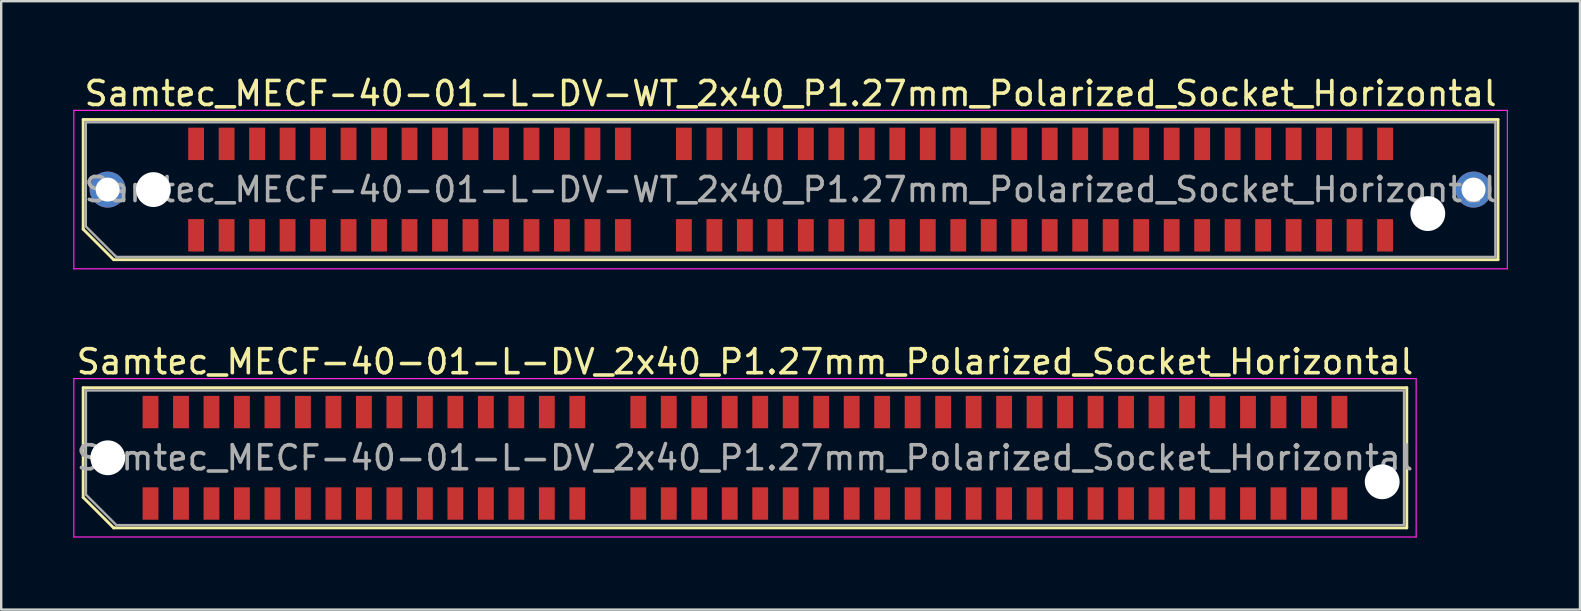
<source format=kicad_pcb>
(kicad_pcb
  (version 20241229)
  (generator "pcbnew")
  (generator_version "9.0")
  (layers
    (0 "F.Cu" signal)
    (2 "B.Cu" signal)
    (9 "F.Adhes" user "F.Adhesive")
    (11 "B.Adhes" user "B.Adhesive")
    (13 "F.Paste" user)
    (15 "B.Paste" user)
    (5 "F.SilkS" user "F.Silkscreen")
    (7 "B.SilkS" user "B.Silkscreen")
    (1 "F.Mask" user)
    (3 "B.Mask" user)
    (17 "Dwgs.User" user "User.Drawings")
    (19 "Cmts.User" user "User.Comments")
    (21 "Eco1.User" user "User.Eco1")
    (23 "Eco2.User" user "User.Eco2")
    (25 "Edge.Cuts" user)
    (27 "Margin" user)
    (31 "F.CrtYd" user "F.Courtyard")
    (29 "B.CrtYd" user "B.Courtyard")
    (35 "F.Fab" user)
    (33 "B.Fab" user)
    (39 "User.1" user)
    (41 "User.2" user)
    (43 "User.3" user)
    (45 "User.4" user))
  (footprint "Samtec_MECF-40-01-L-DV-WT_2x40_P1.27mm_Polarized_Socket_Horizontal"
    (layer "F.Cu")
    (at 29.885 4.848)
    (property "Reference" "Samtec_MECF-40-01-L-DV-WT_2x40_P1.27mm_Polarized_Socket_Horizontal" (at 0 -4 0) (layer "F.SilkS") (effects (font (size 1 1) (thickness 0.15))))
    (attr smd)
    (fp_line (start -29.47 -2.92) (end 29.47 -2.92) (stroke (width 0.12) (type solid)) (layer "F.SilkS"))
    (fp_line (start -29.47 1.65) (end -29.47 -2.92) (stroke (width 0.12) (type solid)) (layer "F.SilkS"))
    (fp_line (start -28.2 2.92) (end -29.47 1.65) (stroke (width 0.12) (type solid)) (layer "F.SilkS"))
    (fp_line (start -28.2 2.92) (end 29.47 2.92) (stroke (width 0.12) (type solid)) (layer "F.SilkS"))
    (fp_line (start 29.47 2.92) (end 29.47 -2.92) (stroke (width 0.12) (type solid)) (layer "F.SilkS"))
    (fp_line (start -29.86 -3.3) (end -29.86 3.3) (stroke (width 0.05) (type solid)) (layer "F.CrtYd"))
    (fp_line (start -29.86 3.3) (end 29.86 3.3) (stroke (width 0.05) (type solid)) (layer "F.CrtYd"))
    (fp_line (start 29.86 -3.3) (end -29.86 -3.3) (stroke (width 0.05) (type solid)) (layer "F.CrtYd"))
    (fp_line (start 29.86 3.3) (end 29.86 -3.3) (stroke (width 0.05) (type solid)) (layer "F.CrtYd"))
    (fp_line (start -29.36 -2.805) (end 29.36 -2.805) (stroke (width 0.1) (type solid)) (layer "F.Fab"))
    (fp_line (start -29.36 1.535) (end -29.36 -2.805) (stroke (width 0.1) (type solid)) (layer "F.Fab"))
    (fp_line (start -29.36 1.535) (end -28.09 2.805) (stroke (width 0.1) (type solid)) (layer "F.Fab"))
    (fp_line (start -28.09 2.805) (end 29.36 2.805) (stroke (width 0.1) (type solid)) (layer "F.Fab"))
    (fp_line (start 29.36 2.805) (end 29.36 -2.805) (stroke (width 0.1) (type solid)) (layer "F.Fab"))
    (fp_text user "${REFERENCE}" (at 0 0 0) (layer "F.Fab") (effects (font (size 1 1) (thickness 0.15))))
    (pad "" thru_hole circle (at -28.45 0) (size 1.5 1.5) (drill 1) (layers "*.Cu" "*.Mask"))
    (pad "" np_thru_hole circle (at -26.545 0) (size 1.45 1.45) (drill 1.45) (layers "*.Cu" "*.Mask"))
    (pad "" np_thru_hole circle (at 26.545 1) (size 1.45 1.45) (drill 1.45) (layers "*.Cu" "*.Mask"))
    (pad "" thru_hole circle (at 28.45 0) (size 1.5 1.5) (drill 1) (layers "*.Cu" "*.Mask"))
    (pad "1" smd rect (at -24.765 1.905) (size 0.66 1.35) (layers "F.Cu" "F.Mask" "F.Paste"))
    (pad "2" smd rect (at -24.765 -1.905) (size 0.66 1.35) (layers "F.Cu" "F.Mask" "F.Paste"))
    (pad "3" smd rect (at -23.495 1.905) (size 0.66 1.35) (layers "F.Cu" "F.Mask" "F.Paste"))
    (pad "4" smd rect (at -23.495 -1.905) (size 0.66 1.35) (layers "F.Cu" "F.Mask" "F.Paste"))
    (pad "5" smd rect (at -22.225 1.905) (size 0.66 1.35) (layers "F.Cu" "F.Mask" "F.Paste"))
    (pad "6" smd rect (at -22.225 -1.905) (size 0.66 1.35) (layers "F.Cu" "F.Mask" "F.Paste"))
    (pad "7" smd rect (at -20.955 1.905) (size 0.66 1.35) (layers "F.Cu" "F.Mask" "F.Paste"))
    (pad "8" smd rect (at -20.955 -1.905) (size 0.66 1.35) (layers "F.Cu" "F.Mask" "F.Paste"))
    (pad "9" smd rect (at -19.685 1.905) (size 0.66 1.35) (layers "F.Cu" "F.Mask" "F.Paste"))
    (pad "10" smd rect (at -19.685 -1.905) (size 0.66 1.35) (layers "F.Cu" "F.Mask" "F.Paste"))
    (pad "11" smd rect (at -18.415 1.905) (size 0.66 1.35) (layers "F.Cu" "F.Mask" "F.Paste"))
    (pad "12" smd rect (at -18.415 -1.905) (size 0.66 1.35) (layers "F.Cu" "F.Mask" "F.Paste"))
    (pad "13" smd rect (at -17.145 1.905) (size 0.66 1.35) (layers "F.Cu" "F.Mask" "F.Paste"))
    (pad "14" smd rect (at -17.145 -1.905) (size 0.66 1.35) (layers "F.Cu" "F.Mask" "F.Paste"))
    (pad "15" smd rect (at -15.875 1.905) (size 0.66 1.35) (layers "F.Cu" "F.Mask" "F.Paste"))
    (pad "16" smd rect (at -15.875 -1.905) (size 0.66 1.35) (layers "F.Cu" "F.Mask" "F.Paste"))
    (pad "17" smd rect (at -14.605 1.905) (size 0.66 1.35) (layers "F.Cu" "F.Mask" "F.Paste"))
    (pad "18" smd rect (at -14.605 -1.905) (size 0.66 1.35) (layers "F.Cu" "F.Mask" "F.Paste"))
    (pad "19" smd rect (at -13.335 1.905) (size 0.66 1.35) (layers "F.Cu" "F.Mask" "F.Paste"))
    (pad "20" smd rect (at -13.335 -1.905) (size 0.66 1.35) (layers "F.Cu" "F.Mask" "F.Paste"))
    (pad "21" smd rect (at -12.065 1.905) (size 0.66 1.35) (layers "F.Cu" "F.Mask" "F.Paste"))
    (pad "22" smd rect (at -12.065 -1.905) (size 0.66 1.35) (layers "F.Cu" "F.Mask" "F.Paste"))
    (pad "23" smd rect (at -10.795 1.905) (size 0.66 1.35) (layers "F.Cu" "F.Mask" "F.Paste"))
    (pad "24" smd rect (at -10.795 -1.905) (size 0.66 1.35) (layers "F.Cu" "F.Mask" "F.Paste"))
    (pad "25" smd rect (at -9.525 1.905) (size 0.66 1.35) (layers "F.Cu" "F.Mask" "F.Paste"))
    (pad "26" smd rect (at -9.525 -1.905) (size 0.66 1.35) (layers "F.Cu" "F.Mask" "F.Paste"))
    (pad "27" smd rect (at -8.255 1.905) (size 0.66 1.35) (layers "F.Cu" "F.Mask" "F.Paste"))
    (pad "28" smd rect (at -8.255 -1.905) (size 0.66 1.35) (layers "F.Cu" "F.Mask" "F.Paste"))
    (pad "29" smd rect (at -6.985 1.905) (size 0.66 1.35) (layers "F.Cu" "F.Mask" "F.Paste"))
    (pad "30" smd rect (at -6.985 -1.905) (size 0.66 1.35) (layers "F.Cu" "F.Mask" "F.Paste"))
    (pad "33" smd rect (at -4.445 1.905) (size 0.66 1.35) (layers "F.Cu" "F.Mask" "F.Paste"))
    (pad "34" smd rect (at -4.445 -1.905) (size 0.66 1.35) (layers "F.Cu" "F.Mask" "F.Paste"))
    (pad "35" smd rect (at -3.175 1.905) (size 0.66 1.35) (layers "F.Cu" "F.Mask" "F.Paste"))
    (pad "36" smd rect (at -3.175 -1.905) (size 0.66 1.35) (layers "F.Cu" "F.Mask" "F.Paste"))
    (pad "37" smd rect (at -1.905 1.905) (size 0.66 1.35) (layers "F.Cu" "F.Mask" "F.Paste"))
    (pad "38" smd rect (at -1.905 -1.905) (size 0.66 1.35) (layers "F.Cu" "F.Mask" "F.Paste"))
    (pad "39" smd rect (at -0.635 1.905) (size 0.66 1.35) (layers "F.Cu" "F.Mask" "F.Paste"))
    (pad "40" smd rect (at -0.635 -1.905) (size 0.66 1.35) (layers "F.Cu" "F.Mask" "F.Paste"))
    (pad "41" smd rect (at 0.635 1.905) (size 0.66 1.35) (layers "F.Cu" "F.Mask" "F.Paste"))
    (pad "42" smd rect (at 0.635 -1.905) (size 0.66 1.35) (layers "F.Cu" "F.Mask" "F.Paste"))
    (pad "43" smd rect (at 1.905 1.905) (size 0.66 1.35) (layers "F.Cu" "F.Mask" "F.Paste"))
    (pad "44" smd rect (at 1.905 -1.905) (size 0.66 1.35) (layers "F.Cu" "F.Mask" "F.Paste"))
    (pad "45" smd rect (at 3.175 1.905) (size 0.66 1.35) (layers "F.Cu" "F.Mask" "F.Paste"))
    (pad "46" smd rect (at 3.175 -1.905) (size 0.66 1.35) (layers "F.Cu" "F.Mask" "F.Paste"))
    (pad "47" smd rect (at 4.445 1.905) (size 0.66 1.35) (layers "F.Cu" "F.Mask" "F.Paste"))
    (pad "48" smd rect (at 4.445 -1.905) (size 0.66 1.35) (layers "F.Cu" "F.Mask" "F.Paste"))
    (pad "49" smd rect (at 5.715 1.905) (size 0.66 1.35) (layers "F.Cu" "F.Mask" "F.Paste"))
    (pad "50" smd rect (at 5.715 -1.905) (size 0.66 1.35) (layers "F.Cu" "F.Mask" "F.Paste"))
    (pad "51" smd rect (at 6.985 1.905) (size 0.66 1.35) (layers "F.Cu" "F.Mask" "F.Paste"))
    (pad "52" smd rect (at 6.985 -1.905) (size 0.66 1.35) (layers "F.Cu" "F.Mask" "F.Paste"))
    (pad "53" smd rect (at 8.255 1.905) (size 0.66 1.35) (layers "F.Cu" "F.Mask" "F.Paste"))
    (pad "54" smd rect (at 8.255 -1.905) (size 0.66 1.35) (layers "F.Cu" "F.Mask" "F.Paste"))
    (pad "55" smd rect (at 9.525 1.905) (size 0.66 1.35) (layers "F.Cu" "F.Mask" "F.Paste"))
    (pad "56" smd rect (at 9.525 -1.905) (size 0.66 1.35) (layers "F.Cu" "F.Mask" "F.Paste"))
    (pad "57" smd rect (at 10.795 1.905) (size 0.66 1.35) (layers "F.Cu" "F.Mask" "F.Paste"))
    (pad "58" smd rect (at 10.795 -1.905) (size 0.66 1.35) (layers "F.Cu" "F.Mask" "F.Paste"))
    (pad "59" smd rect (at 12.065 1.905) (size 0.66 1.35) (layers "F.Cu" "F.Mask" "F.Paste"))
    (pad "60" smd rect (at 12.065 -1.905) (size 0.66 1.35) (layers "F.Cu" "F.Mask" "F.Paste"))
    (pad "61" smd rect (at 13.335 1.905) (size 0.66 1.35) (layers "F.Cu" "F.Mask" "F.Paste"))
    (pad "62" smd rect (at 13.335 -1.905) (size 0.66 1.35) (layers "F.Cu" "F.Mask" "F.Paste"))
    (pad "63" smd rect (at 14.605 1.905) (size 0.66 1.35) (layers "F.Cu" "F.Mask" "F.Paste"))
    (pad "64" smd rect (at 14.605 -1.905) (size 0.66 1.35) (layers "F.Cu" "F.Mask" "F.Paste"))
    (pad "65" smd rect (at 15.875 1.905) (size 0.66 1.35) (layers "F.Cu" "F.Mask" "F.Paste"))
    (pad "66" smd rect (at 15.875 -1.905) (size 0.66 1.35) (layers "F.Cu" "F.Mask" "F.Paste"))
    (pad "67" smd rect (at 17.145 1.905) (size 0.66 1.35) (layers "F.Cu" "F.Mask" "F.Paste"))
    (pad "68" smd rect (at 17.145 -1.905) (size 0.66 1.35) (layers "F.Cu" "F.Mask" "F.Paste"))
    (pad "69" smd rect (at 18.415 1.905) (size 0.66 1.35) (layers "F.Cu" "F.Mask" "F.Paste"))
    (pad "70" smd rect (at 18.415 -1.905) (size 0.66 1.35) (layers "F.Cu" "F.Mask" "F.Paste"))
    (pad "71" smd rect (at 19.685 1.905) (size 0.66 1.35) (layers "F.Cu" "F.Mask" "F.Paste"))
    (pad "72" smd rect (at 19.685 -1.905) (size 0.66 1.35) (layers "F.Cu" "F.Mask" "F.Paste"))
    (pad "73" smd rect (at 20.955 1.905) (size 0.66 1.35) (layers "F.Cu" "F.Mask" "F.Paste"))
    (pad "74" smd rect (at 20.955 -1.905) (size 0.66 1.35) (layers "F.Cu" "F.Mask" "F.Paste"))
    (pad "75" smd rect (at 22.225 1.905) (size 0.66 1.35) (layers "F.Cu" "F.Mask" "F.Paste"))
    (pad "76" smd rect (at 22.225 -1.905) (size 0.66 1.35) (layers "F.Cu" "F.Mask" "F.Paste"))
    (pad "77" smd rect (at 23.495 1.905) (size 0.66 1.35) (layers "F.Cu" "F.Mask" "F.Paste"))
    (pad "78" smd rect (at 23.495 -1.905) (size 0.66 1.35) (layers "F.Cu" "F.Mask" "F.Paste"))
    (pad "79" smd rect (at 24.765 1.905) (size 0.66 1.35) (layers "F.Cu" "F.Mask" "F.Paste"))
    (pad "80" smd rect (at 24.765 -1.905) (size 0.66 1.35) (layers "F.Cu" "F.Mask" "F.Paste")))
  (footprint "Samtec_MECF-40-01-L-DV_2x40_P1.27mm_Polarized_Socket_Horizontal"
    (layer "F.Cu")
    (at 27.985 16.021)
    (property "Reference" "Samtec_MECF-40-01-L-DV_2x40_P1.27mm_Polarized_Socket_Horizontal" (at 0 -4 0) (layer "F.SilkS") (effects (font (size 1 1) (thickness 0.15))))
    (attr smd)
    (fp_line (start -27.57 -2.92) (end 27.57 -2.92) (stroke (width 0.12) (type solid)) (layer "F.SilkS"))
    (fp_line (start -27.57 1.65) (end -27.57 -2.92) (stroke (width 0.12) (type solid)) (layer "F.SilkS"))
    (fp_line (start -26.3 2.92) (end -27.57 1.65) (stroke (width 0.12) (type solid)) (layer "F.SilkS"))
    (fp_line (start -26.3 2.92) (end 27.57 2.92) (stroke (width 0.12) (type solid)) (layer "F.SilkS"))
    (fp_line (start 27.57 2.92) (end 27.57 -2.92) (stroke (width 0.12) (type solid)) (layer "F.SilkS"))
    (fp_line (start -27.96 -3.3) (end -27.96 3.3) (stroke (width 0.05) (type solid)) (layer "F.CrtYd"))
    (fp_line (start -27.96 3.3) (end 27.96 3.3) (stroke (width 0.05) (type solid)) (layer "F.CrtYd"))
    (fp_line (start 27.96 -3.3) (end -27.96 -3.3) (stroke (width 0.05) (type solid)) (layer "F.CrtYd"))
    (fp_line (start 27.96 3.3) (end 27.96 -3.3) (stroke (width 0.05) (type solid)) (layer "F.CrtYd"))
    (fp_line (start -27.455 -2.805) (end 27.455 -2.805) (stroke (width 0.1) (type solid)) (layer "F.Fab"))
    (fp_line (start -27.455 1.535) (end -27.455 -2.805) (stroke (width 0.1) (type solid)) (layer "F.Fab"))
    (fp_line (start -27.455 1.535) (end -26.185 2.805) (stroke (width 0.1) (type solid)) (layer "F.Fab"))
    (fp_line (start -26.185 2.805) (end 27.455 2.805) (stroke (width 0.1) (type solid)) (layer "F.Fab"))
    (fp_line (start 27.455 2.805) (end 27.455 -2.805) (stroke (width 0.1) (type solid)) (layer "F.Fab"))
    (fp_text user "${REFERENCE}" (at 0 0 0) (layer "F.Fab") (effects (font (size 1 1) (thickness 0.15))))
    (pad "" np_thru_hole circle (at -26.545 0) (size 1.45 1.45) (drill 1.45) (layers "*.Cu" "*.Mask"))
    (pad "" np_thru_hole circle (at 26.545 1) (size 1.45 1.45) (drill 1.45) (layers "*.Cu" "*.Mask"))
    (pad "1" smd rect (at -24.765 1.905) (size 0.66 1.35) (layers "F.Cu" "F.Mask" "F.Paste"))
    (pad "2" smd rect (at -24.765 -1.905) (size 0.66 1.35) (layers "F.Cu" "F.Mask" "F.Paste"))
    (pad "3" smd rect (at -23.495 1.905) (size 0.66 1.35) (layers "F.Cu" "F.Mask" "F.Paste"))
    (pad "4" smd rect (at -23.495 -1.905) (size 0.66 1.35) (layers "F.Cu" "F.Mask" "F.Paste"))
    (pad "5" smd rect (at -22.225 1.905) (size 0.66 1.35) (layers "F.Cu" "F.Mask" "F.Paste"))
    (pad "6" smd rect (at -22.225 -1.905) (size 0.66 1.35) (layers "F.Cu" "F.Mask" "F.Paste"))
    (pad "7" smd rect (at -20.955 1.905) (size 0.66 1.35) (layers "F.Cu" "F.Mask" "F.Paste"))
    (pad "8" smd rect (at -20.955 -1.905) (size 0.66 1.35) (layers "F.Cu" "F.Mask" "F.Paste"))
    (pad "9" smd rect (at -19.685 1.905) (size 0.66 1.35) (layers "F.Cu" "F.Mask" "F.Paste"))
    (pad "10" smd rect (at -19.685 -1.905) (size 0.66 1.35) (layers "F.Cu" "F.Mask" "F.Paste"))
    (pad "11" smd rect (at -18.415 1.905) (size 0.66 1.35) (layers "F.Cu" "F.Mask" "F.Paste"))
    (pad "12" smd rect (at -18.415 -1.905) (size 0.66 1.35) (layers "F.Cu" "F.Mask" "F.Paste"))
    (pad "13" smd rect (at -17.145 1.905) (size 0.66 1.35) (layers "F.Cu" "F.Mask" "F.Paste"))
    (pad "14" smd rect (at -17.145 -1.905) (size 0.66 1.35) (layers "F.Cu" "F.Mask" "F.Paste"))
    (pad "15" smd rect (at -15.875 1.905) (size 0.66 1.35) (layers "F.Cu" "F.Mask" "F.Paste"))
    (pad "16" smd rect (at -15.875 -1.905) (size 0.66 1.35) (layers "F.Cu" "F.Mask" "F.Paste"))
    (pad "17" smd rect (at -14.605 1.905) (size 0.66 1.35) (layers "F.Cu" "F.Mask" "F.Paste"))
    (pad "18" smd rect (at -14.605 -1.905) (size 0.66 1.35) (layers "F.Cu" "F.Mask" "F.Paste"))
    (pad "19" smd rect (at -13.335 1.905) (size 0.66 1.35) (layers "F.Cu" "F.Mask" "F.Paste"))
    (pad "20" smd rect (at -13.335 -1.905) (size 0.66 1.35) (layers "F.Cu" "F.Mask" "F.Paste"))
    (pad "21" smd rect (at -12.065 1.905) (size 0.66 1.35) (layers "F.Cu" "F.Mask" "F.Paste"))
    (pad "22" smd rect (at -12.065 -1.905) (size 0.66 1.35) (layers "F.Cu" "F.Mask" "F.Paste"))
    (pad "23" smd rect (at -10.795 1.905) (size 0.66 1.35) (layers "F.Cu" "F.Mask" "F.Paste"))
    (pad "24" smd rect (at -10.795 -1.905) (size 0.66 1.35) (layers "F.Cu" "F.Mask" "F.Paste"))
    (pad "25" smd rect (at -9.525 1.905) (size 0.66 1.35) (layers "F.Cu" "F.Mask" "F.Paste"))
    (pad "26" smd rect (at -9.525 -1.905) (size 0.66 1.35) (layers "F.Cu" "F.Mask" "F.Paste"))
    (pad "27" smd rect (at -8.255 1.905) (size 0.66 1.35) (layers "F.Cu" "F.Mask" "F.Paste"))
    (pad "28" smd rect (at -8.255 -1.905) (size 0.66 1.35) (layers "F.Cu" "F.Mask" "F.Paste"))
    (pad "29" smd rect (at -6.985 1.905) (size 0.66 1.35) (layers "F.Cu" "F.Mask" "F.Paste"))
    (pad "30" smd rect (at -6.985 -1.905) (size 0.66 1.35) (layers "F.Cu" "F.Mask" "F.Paste"))
    (pad "33" smd rect (at -4.445 1.905) (size 0.66 1.35) (layers "F.Cu" "F.Mask" "F.Paste"))
    (pad "34" smd rect (at -4.445 -1.905) (size 0.66 1.35) (layers "F.Cu" "F.Mask" "F.Paste"))
    (pad "35" smd rect (at -3.175 1.905) (size 0.66 1.35) (layers "F.Cu" "F.Mask" "F.Paste"))
    (pad "36" smd rect (at -3.175 -1.905) (size 0.66 1.35) (layers "F.Cu" "F.Mask" "F.Paste"))
    (pad "37" smd rect (at -1.905 1.905) (size 0.66 1.35) (layers "F.Cu" "F.Mask" "F.Paste"))
    (pad "38" smd rect (at -1.905 -1.905) (size 0.66 1.35) (layers "F.Cu" "F.Mask" "F.Paste"))
    (pad "39" smd rect (at -0.635 1.905) (size 0.66 1.35) (layers "F.Cu" "F.Mask" "F.Paste"))
    (pad "40" smd rect (at -0.635 -1.905) (size 0.66 1.35) (layers "F.Cu" "F.Mask" "F.Paste"))
    (pad "41" smd rect (at 0.635 1.905) (size 0.66 1.35) (layers "F.Cu" "F.Mask" "F.Paste"))
    (pad "42" smd rect (at 0.635 -1.905) (size 0.66 1.35) (layers "F.Cu" "F.Mask" "F.Paste"))
    (pad "43" smd rect (at 1.905 1.905) (size 0.66 1.35) (layers "F.Cu" "F.Mask" "F.Paste"))
    (pad "44" smd rect (at 1.905 -1.905) (size 0.66 1.35) (layers "F.Cu" "F.Mask" "F.Paste"))
    (pad "45" smd rect (at 3.175 1.905) (size 0.66 1.35) (layers "F.Cu" "F.Mask" "F.Paste"))
    (pad "46" smd rect (at 3.175 -1.905) (size 0.66 1.35) (layers "F.Cu" "F.Mask" "F.Paste"))
    (pad "47" smd rect (at 4.445 1.905) (size 0.66 1.35) (layers "F.Cu" "F.Mask" "F.Paste"))
    (pad "48" smd rect (at 4.445 -1.905) (size 0.66 1.35) (layers "F.Cu" "F.Mask" "F.Paste"))
    (pad "49" smd rect (at 5.715 1.905) (size 0.66 1.35) (layers "F.Cu" "F.Mask" "F.Paste"))
    (pad "50" smd rect (at 5.715 -1.905) (size 0.66 1.35) (layers "F.Cu" "F.Mask" "F.Paste"))
    (pad "51" smd rect (at 6.985 1.905) (size 0.66 1.35) (layers "F.Cu" "F.Mask" "F.Paste"))
    (pad "52" smd rect (at 6.985 -1.905) (size 0.66 1.35) (layers "F.Cu" "F.Mask" "F.Paste"))
    (pad "53" smd rect (at 8.255 1.905) (size 0.66 1.35) (layers "F.Cu" "F.Mask" "F.Paste"))
    (pad "54" smd rect (at 8.255 -1.905) (size 0.66 1.35) (layers "F.Cu" "F.Mask" "F.Paste"))
    (pad "55" smd rect (at 9.525 1.905) (size 0.66 1.35) (layers "F.Cu" "F.Mask" "F.Paste"))
    (pad "56" smd rect (at 9.525 -1.905) (size 0.66 1.35) (layers "F.Cu" "F.Mask" "F.Paste"))
    (pad "57" smd rect (at 10.795 1.905) (size 0.66 1.35) (layers "F.Cu" "F.Mask" "F.Paste"))
    (pad "58" smd rect (at 10.795 -1.905) (size 0.66 1.35) (layers "F.Cu" "F.Mask" "F.Paste"))
    (pad "59" smd rect (at 12.065 1.905) (size 0.66 1.35) (layers "F.Cu" "F.Mask" "F.Paste"))
    (pad "60" smd rect (at 12.065 -1.905) (size 0.66 1.35) (layers "F.Cu" "F.Mask" "F.Paste"))
    (pad "61" smd rect (at 13.335 1.905) (size 0.66 1.35) (layers "F.Cu" "F.Mask" "F.Paste"))
    (pad "62" smd rect (at 13.335 -1.905) (size 0.66 1.35) (layers "F.Cu" "F.Mask" "F.Paste"))
    (pad "63" smd rect (at 14.605 1.905) (size 0.66 1.35) (layers "F.Cu" "F.Mask" "F.Paste"))
    (pad "64" smd rect (at 14.605 -1.905) (size 0.66 1.35) (layers "F.Cu" "F.Mask" "F.Paste"))
    (pad "65" smd rect (at 15.875 1.905) (size 0.66 1.35) (layers "F.Cu" "F.Mask" "F.Paste"))
    (pad "66" smd rect (at 15.875 -1.905) (size 0.66 1.35) (layers "F.Cu" "F.Mask" "F.Paste"))
    (pad "67" smd rect (at 17.145 1.905) (size 0.66 1.35) (layers "F.Cu" "F.Mask" "F.Paste"))
    (pad "68" smd rect (at 17.145 -1.905) (size 0.66 1.35) (layers "F.Cu" "F.Mask" "F.Paste"))
    (pad "69" smd rect (at 18.415 1.905) (size 0.66 1.35) (layers "F.Cu" "F.Mask" "F.Paste"))
    (pad "70" smd rect (at 18.415 -1.905) (size 0.66 1.35) (layers "F.Cu" "F.Mask" "F.Paste"))
    (pad "71" smd rect (at 19.685 1.905) (size 0.66 1.35) (layers "F.Cu" "F.Mask" "F.Paste"))
    (pad "72" smd rect (at 19.685 -1.905) (size 0.66 1.35) (layers "F.Cu" "F.Mask" "F.Paste"))
    (pad "73" smd rect (at 20.955 1.905) (size 0.66 1.35) (layers "F.Cu" "F.Mask" "F.Paste"))
    (pad "74" smd rect (at 20.955 -1.905) (size 0.66 1.35) (layers "F.Cu" "F.Mask" "F.Paste"))
    (pad "75" smd rect (at 22.225 1.905) (size 0.66 1.35) (layers "F.Cu" "F.Mask" "F.Paste"))
    (pad "76" smd rect (at 22.225 -1.905) (size 0.66 1.35) (layers "F.Cu" "F.Mask" "F.Paste"))
    (pad "77" smd rect (at 23.495 1.905) (size 0.66 1.35) (layers "F.Cu" "F.Mask" "F.Paste"))
    (pad "78" smd rect (at 23.495 -1.905) (size 0.66 1.35) (layers "F.Cu" "F.Mask" "F.Paste"))
    (pad "79" smd rect (at 24.765 1.905) (size 0.66 1.35) (layers "F.Cu" "F.Mask" "F.Paste"))
    (pad "80" smd rect (at 24.765 -1.905) (size 0.66 1.35) (layers "F.Cu" "F.Mask" "F.Paste")))
  (gr_rect
    (start -3 -3)
    (end 62.77 22.346)
    (stroke (width 0.1) (type default))
    (fill no)
    (layer "Edge.Cuts")))
</source>
